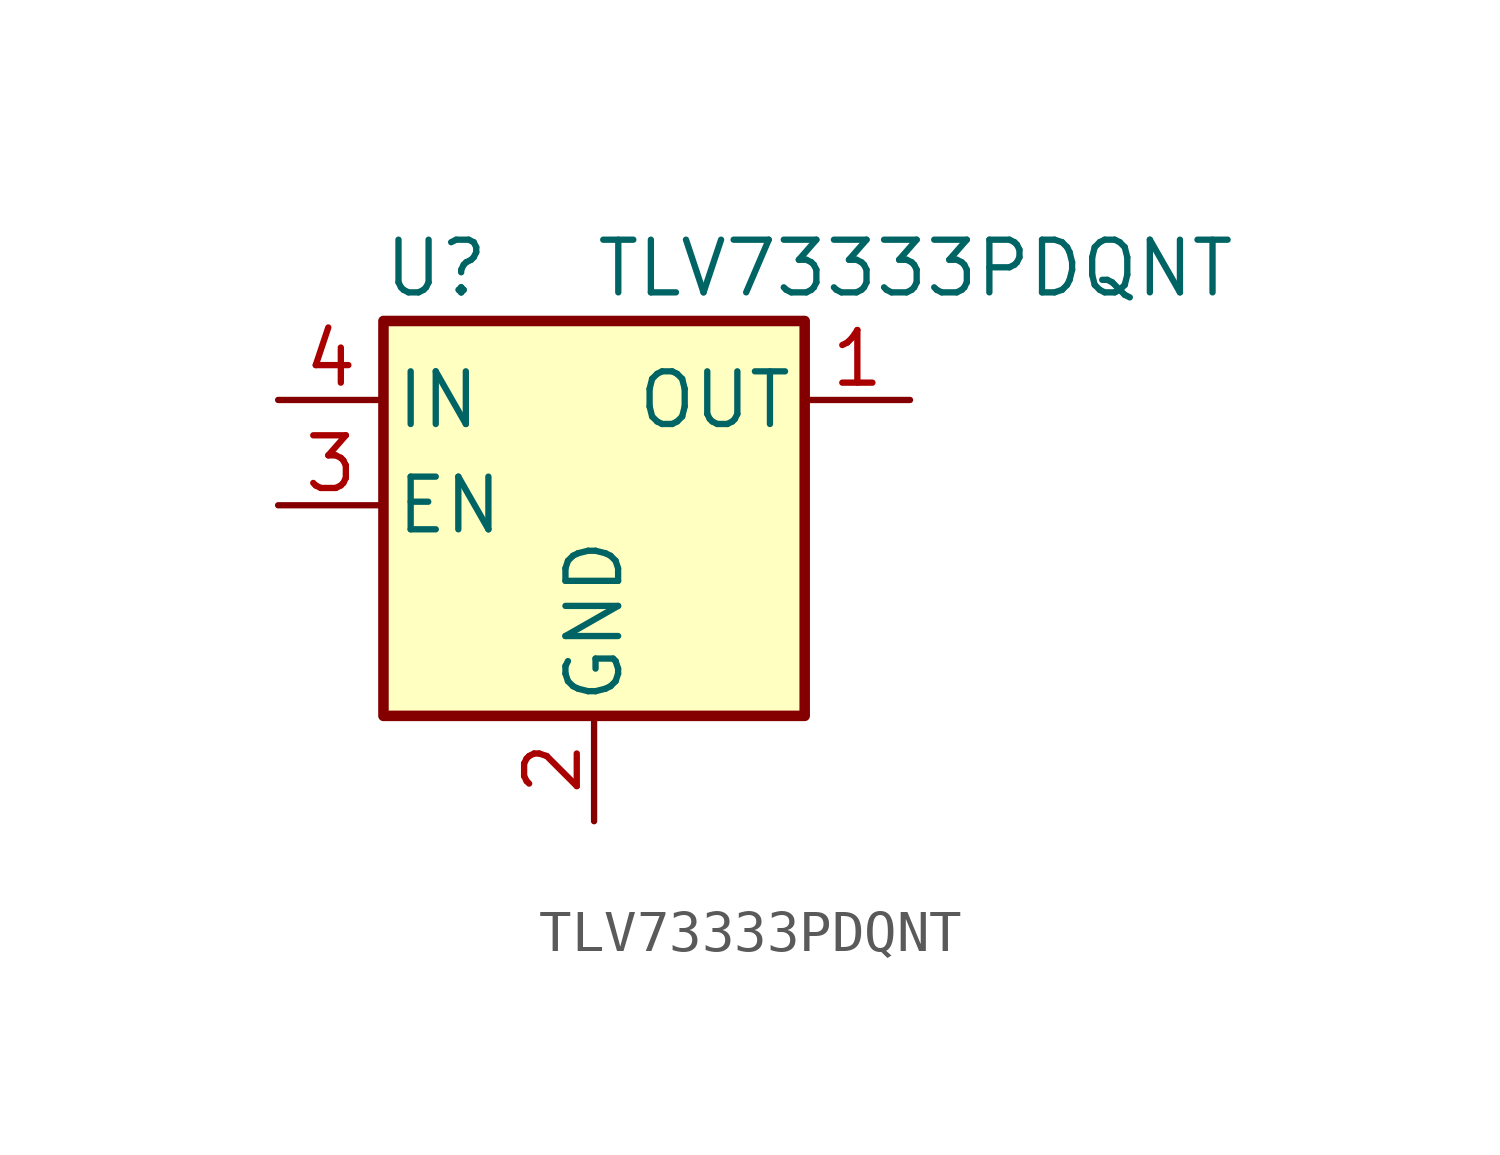
<source format=kicad_sym>
(kicad_symbol_lib
  (version 20241209)
  (generator "kicad_symbol_editor")
  (generator_version "9.0")
  (symbol "TLV73333PDQNT"
    (pin_names
      (offset 0.254))
    (property "Reference" "U"
      (at -3.81 5.715 0)
      (effects (font (size 1.27 1.27))))
    (property "Value" "TLV73333PDQNT"
      (at 0 5.715 0)
      (effects (font (size 1.27 1.27)) (justify left)))
    (symbol "TLV73333PDQNT_0_1"
      (rectangle (start -5.08 4.445) (end 5.08 -5.08) (stroke (width 0.254) (type default)) (fill (type background))))
    (symbol "TLV73333PDQNT_1_1"
      (pin power_in line (at -7.62 2.54 0) (length 2.54) (name "IN" (effects (font (size 1.27 1.27)))) (number "4" (effects (font (size 1.27 1.27)))))
      (pin input line (at -7.62 0 0) (length 2.54) (name "EN" (effects (font (size 1.27 1.27)))) (number "3" (effects (font (size 1.27 1.27)))))
      (pin power_in line (at 0 -7.62 90) (length 2.54) (name "GND" (effects (font (size 1.27 1.27)))) (number "2" (effects (font (size 1.27 1.27)))))
      (pin power_out line (at 7.62 2.54 180) (length 2.54) (name "OUT" (effects (font (size 1.27 1.27)))) (number "1" (effects (font (size 1.27 1.27))))))))
</source>
